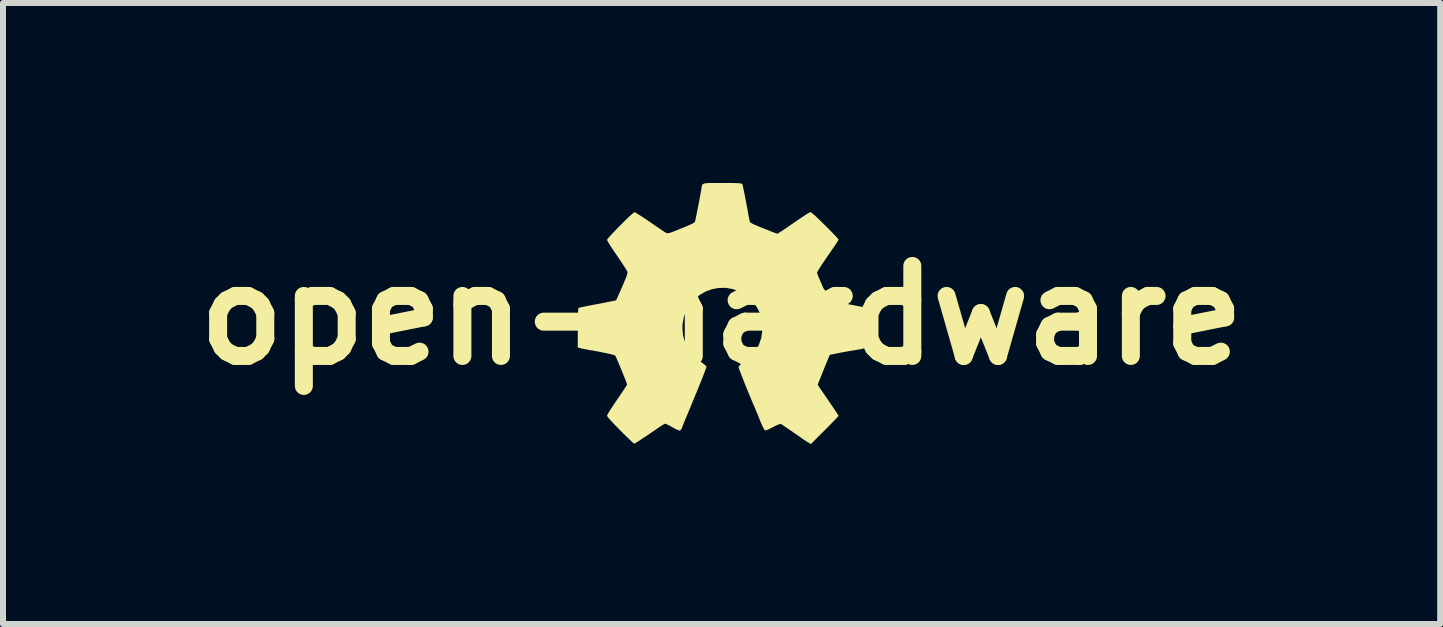
<source format=kicad_pcb>
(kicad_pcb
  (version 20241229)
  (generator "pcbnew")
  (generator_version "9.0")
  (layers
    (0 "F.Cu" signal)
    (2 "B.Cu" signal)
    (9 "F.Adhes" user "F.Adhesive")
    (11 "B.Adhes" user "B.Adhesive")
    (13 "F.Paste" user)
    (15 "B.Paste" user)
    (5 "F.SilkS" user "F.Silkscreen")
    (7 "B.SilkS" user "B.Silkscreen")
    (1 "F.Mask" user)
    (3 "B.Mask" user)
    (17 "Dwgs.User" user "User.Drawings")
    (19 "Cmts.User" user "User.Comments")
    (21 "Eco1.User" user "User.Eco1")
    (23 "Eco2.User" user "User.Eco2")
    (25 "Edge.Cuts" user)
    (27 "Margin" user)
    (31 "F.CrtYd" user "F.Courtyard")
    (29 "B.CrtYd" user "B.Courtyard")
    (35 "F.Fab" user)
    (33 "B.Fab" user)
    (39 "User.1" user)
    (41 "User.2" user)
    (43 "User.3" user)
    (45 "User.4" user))
  (footprint "open-hardware"
    (layer "F.Cu")
    (at 8.979 2.205)
    (property "Reference" "open-hardware" (at 0 0 0) (layer "F.SilkS") (effects (font (size 1.5 1.5) (thickness 0.3))))
    (attr board_only exclude_from_pos_files exclude_from_bom)
    (fp_poly (pts (xy -0.042 -2.205) (xy 0.012 -2.205) (xy 0.118 -2.205) (xy 0.2 -2.204) (xy 0.262 -2.202) (xy 0.304 -2.199) (xy 0.331 -2.195) (xy 0.342 -2.19) (xy 0.343 -2.189) (xy 0.349 -2.173) (xy 0.358 -2.134) (xy 0.37 -2.078) (xy 0.384 -2.008) (xy 0.4 -1.927) (xy 0.41 -1.872) (xy 0.426 -1.787) (xy 0.44 -1.71) (xy 0.452 -1.645) (xy 0.462 -1.595) (xy 0.468 -1.564) (xy 0.47 -1.557) (xy 0.484 -1.544) (xy 0.514 -1.526) (xy 0.536 -1.515) (xy 0.574 -1.499) (xy 0.626 -1.477) (xy 0.684 -1.453) (xy 0.746 -1.429) (xy 0.806 -1.405) (xy 0.858 -1.384) (xy 0.9 -1.369) (xy 0.924 -1.36) (xy 0.929 -1.359) (xy 0.942 -1.366) (xy 0.972 -1.385) (xy 1.016 -1.413) (xy 1.069 -1.449) (xy 1.094 -1.466) (xy 1.193 -1.534) (xy 1.273 -1.589) (xy 1.336 -1.631) (xy 1.384 -1.664) (xy 1.42 -1.687) (xy 1.446 -1.703) (xy 1.464 -1.712) (xy 1.476 -1.717) (xy 1.485 -1.718) (xy 1.485 -1.718) (xy 1.499 -1.709) (xy 1.528 -1.685) (xy 1.569 -1.649) (xy 1.618 -1.603) (xy 1.672 -1.55) (xy 1.729 -1.494) (xy 1.785 -1.438) (xy 1.838 -1.385) (xy 1.883 -1.338) (xy 1.919 -1.299) (xy 1.942 -1.272) (xy 1.949 -1.26) (xy 1.942 -1.246) (xy 1.923 -1.214) (xy 1.894 -1.171) (xy 1.859 -1.12) (xy 1.853 -1.111) (xy 1.787 -1.015) (xy 1.728 -0.929) (xy 1.677 -0.854) (xy 1.637 -0.792) (xy 1.608 -0.746) (xy 1.593 -0.717) (xy 1.59 -0.709) (xy 1.595 -0.692) (xy 1.608 -0.658) (xy 1.627 -0.612) (xy 1.64 -0.582) (xy 1.668 -0.517) (xy 1.698 -0.448) (xy 1.724 -0.385) (xy 1.73 -0.372) (xy 1.75 -0.325) (xy 1.767 -0.286) (xy 1.778 -0.263) (xy 1.78 -0.26) (xy 1.795 -0.253) (xy 1.831 -0.243) (xy 1.886 -0.23) (xy 1.955 -0.215) (xy 2.036 -0.198) (xy 2.103 -0.186) (xy 2.189 -0.169) (xy 2.267 -0.154) (xy 2.333 -0.141) (xy 2.383 -0.13) (xy 2.414 -0.123) (xy 2.423 -0.12) (xy 2.425 -0.105) (xy 2.428 -0.069) (xy 2.43 -0.017) (xy 2.432 0.049) (xy 2.433 0.122) (xy 2.434 0.2) (xy 2.435 0.277) (xy 2.435 0.348) (xy 2.434 0.411) (xy 2.433 0.46) (xy 2.431 0.49) (xy 2.43 0.495) (xy 2.424 0.516) (xy 2.413 0.532) (xy 2.392 0.545) (xy 2.359 0.556) (xy 2.308 0.567) (xy 2.237 0.579) (xy 2.212 0.583) (xy 2.141 0.595) (xy 2.058 0.61) (xy 1.977 0.625) (xy 1.943 0.632) (xy 1.803 0.66) (xy 1.755 0.776) (xy 1.728 0.84) (xy 1.698 0.916) (xy 1.667 0.992) (xy 1.654 1.024) (xy 1.601 1.158) (xy 1.671 1.262) (xy 1.706 1.313) (xy 1.75 1.378) (xy 1.798 1.447) (xy 1.843 1.514) (xy 1.845 1.517) (xy 1.882 1.571) (xy 1.913 1.619) (xy 1.936 1.654) (xy 1.948 1.674) (xy 1.949 1.677) (xy 1.94 1.688) (xy 1.916 1.715) (xy 1.878 1.755) (xy 1.829 1.805) (xy 1.772 1.863) (xy 1.718 1.917) (xy 1.488 2.147) (xy 1.446 2.122) (xy 1.415 2.103) (xy 1.371 2.074) (xy 1.325 2.042) (xy 1.321 2.039) (xy 1.274 2.006) (xy 1.213 1.964) (xy 1.145 1.918) (xy 1.078 1.872) (xy 1.018 1.831) (xy 0.994 1.815) (xy 0.977 1.812) (xy 0.948 1.821) (xy 0.902 1.841) (xy 0.854 1.866) (xy 0.799 1.894) (xy 0.762 1.911) (xy 0.738 1.918) (xy 0.724 1.918) (xy 0.714 1.91) (xy 0.702 1.891) (xy 0.683 1.854) (xy 0.661 1.804) (xy 0.641 1.757) (xy 0.615 1.691) (xy 0.588 1.625) (xy 0.564 1.567) (xy 0.552 1.539) (xy 0.508 1.437) (xy 0.466 1.335) (xy 0.425 1.236) (xy 0.387 1.142) (xy 0.354 1.058) (xy 0.325 0.985) (xy 0.303 0.926) (xy 0.288 0.885) (xy 0.282 0.865) (xy 0.282 0.864) (xy 0.294 0.843) (xy 0.326 0.813) (xy 0.36 0.789) (xy 0.47 0.703) (xy 0.556 0.605) (xy 0.62 0.496) (xy 0.661 0.377) (xy 0.679 0.247) (xy 0.679 0.212) (xy 0.67 0.086) (xy 0.642 -0.025) (xy 0.592 -0.127) (xy 0.52 -0.223) (xy 0.487 -0.258) (xy 0.39 -0.341) (xy 0.286 -0.4) (xy 0.176 -0.439) (xy 0.064 -0.457) (xy -0.048 -0.455) (xy -0.158 -0.435) (xy -0.263 -0.397) (xy -0.36 -0.342) (xy -0.448 -0.273) (xy -0.523 -0.189) (xy -0.584 -0.091) (xy -0.627 0.019) (xy -0.65 0.14) (xy -0.654 0.213) (xy -0.643 0.338) (xy -0.608 0.456) (xy -0.557 0.558) (xy -0.516 0.62) (xy -0.473 0.672) (xy -0.422 0.72) (xy -0.355 0.772) (xy -0.345 0.778) (xy -0.304 0.808) (xy -0.272 0.834) (xy -0.254 0.851) (xy -0.252 0.854) (xy -0.255 0.868) (xy -0.267 0.904) (xy -0.287 0.957) (xy -0.313 1.025) (xy -0.345 1.105) (xy -0.381 1.193) (xy -0.399 1.238) (xy -0.456 1.375) (xy -0.503 1.489) (xy -0.542 1.585) (xy -0.574 1.662) (xy -0.6 1.724) (xy -0.62 1.772) (xy -0.635 1.809) (xy -0.646 1.837) (xy -0.654 1.857) (xy -0.66 1.872) (xy -0.664 1.883) (xy -0.666 1.888) (xy -0.682 1.913) (xy -0.7 1.923) (xy -0.72 1.917) (xy -0.756 1.901) (xy -0.801 1.878) (xy -0.823 1.866) (xy -0.87 1.84) (xy -0.91 1.82) (xy -0.936 1.809) (xy -0.942 1.808) (xy -0.959 1.815) (xy -0.991 1.833) (xy -1.03 1.859) (xy -1.03 1.859) (xy -1.095 1.904) (xy -1.164 1.951) (xy -1.233 1.998) (xy -1.298 2.041) (xy -1.356 2.079) (xy -1.404 2.11) (xy -1.439 2.132) (xy -1.456 2.141) (xy -1.457 2.141) (xy -1.469 2.133) (xy -1.496 2.108) (xy -1.536 2.07) (xy -1.586 2.022) (xy -1.644 1.965) (xy -1.689 1.92) (xy -1.751 1.857) (xy -1.806 1.8) (xy -1.852 1.75) (xy -1.886 1.711) (xy -1.906 1.685) (xy -1.91 1.676) (xy -1.903 1.657) (xy -1.884 1.622) (xy -1.856 1.576) (xy -1.821 1.523) (xy -1.816 1.516) (xy -1.748 1.415) (xy -1.692 1.334) (xy -1.65 1.271) (xy -1.618 1.223) (xy -1.596 1.189) (xy -1.583 1.167) (xy -1.577 1.155) (xy -1.577 1.153) (xy -1.582 1.136) (xy -1.595 1.1) (xy -1.614 1.05) (xy -1.638 0.99) (xy -1.665 0.924) (xy -1.692 0.858) (xy -1.718 0.795) (xy -1.742 0.741) (xy -1.76 0.699) (xy -1.772 0.675) (xy -1.775 0.671) (xy -1.792 0.664) (xy -1.832 0.653) (xy -1.89 0.639) (xy -1.962 0.624) (xy -2.047 0.607) (xy -2.139 0.59) (xy -2.218 0.577) (xy -2.271 0.567) (xy -2.321 0.557) (xy -2.35 0.55) (xy -2.398 0.538) (xy -2.398 0.212) (xy -2.397 0.095) (xy -2.395 0.003) (xy -2.393 -0.064) (xy -2.389 -0.106) (xy -2.384 -0.122) (xy -2.384 -0.122) (xy -2.368 -0.127) (xy -2.331 -0.135) (xy -2.275 -0.147) (xy -2.205 -0.161) (xy -2.125 -0.177) (xy -2.067 -0.187) (xy -1.983 -0.203) (xy -1.907 -0.218) (xy -1.843 -0.231) (xy -1.795 -0.241) (xy -1.767 -0.247) (xy -1.76 -0.249) (xy -1.753 -0.262) (xy -1.738 -0.294) (xy -1.717 -0.341) (xy -1.691 -0.399) (xy -1.664 -0.462) (xy -1.636 -0.526) (xy -1.61 -0.588) (xy -1.601 -0.609) (xy -1.583 -0.656) (xy -1.572 -0.696) (xy -1.569 -0.723) (xy -1.57 -0.724) (xy -1.579 -0.742) (xy -1.6 -0.777) (xy -1.632 -0.827) (xy -1.672 -0.887) (xy -1.718 -0.956) (xy -1.743 -0.993) (xy -1.791 -1.063) (xy -1.834 -1.127) (xy -1.869 -1.182) (xy -1.894 -1.224) (xy -1.908 -1.251) (xy -1.91 -1.257) (xy -1.902 -1.272) (xy -1.877 -1.301) (xy -1.84 -1.342) (xy -1.794 -1.391) (xy -1.741 -1.446) (xy -1.685 -1.503) (xy -1.629 -1.559) (xy -1.576 -1.611) (xy -1.528 -1.656) (xy -1.489 -1.691) (xy -1.463 -1.712) (xy -1.452 -1.718) (xy -1.436 -1.711) (xy -1.403 -1.691) (xy -1.355 -1.661) (xy -1.296 -1.623) (xy -1.229 -1.578) (xy -1.194 -1.554) (xy -1.124 -1.505) (xy -1.059 -1.461) (xy -1.003 -1.423) (xy -0.959 -1.394) (xy -0.932 -1.377) (xy -0.925 -1.373) (xy -0.911 -1.368) (xy -0.892 -1.367) (xy -0.865 -1.373) (xy -0.826 -1.386) (xy -0.77 -1.408) (xy -0.733 -1.423) (xy -0.642 -1.46) (xy -0.572 -1.489) (xy -0.521 -1.511) (xy -0.485 -1.529) (xy -0.462 -1.542) (xy -0.449 -1.553) (xy -0.443 -1.563) (xy -0.443 -1.563) (xy -0.438 -1.585) (xy -0.429 -1.627) (xy -0.417 -1.684) (xy -0.404 -1.752) (xy -0.389 -1.825) (xy -0.375 -1.899) (xy -0.362 -1.968) (xy -0.351 -2.028) (xy -0.343 -2.074) (xy -0.339 -2.096) (xy -0.335 -2.129) (xy -0.33 -2.155) (xy -0.323 -2.174) (xy -0.309 -2.188) (xy -0.286 -2.197) (xy -0.251 -2.202) (xy -0.2 -2.205) (xy -0.132 -2.205)) (stroke (width 0) (type solid)) (fill yes) (layer "F.SilkS")))
  (gr_rect
    (start -3 -3)
    (end 20.957 7.352)
    (stroke (width 0.1) (type default))
    (fill no)
    (layer "Edge.Cuts")))
</source>
